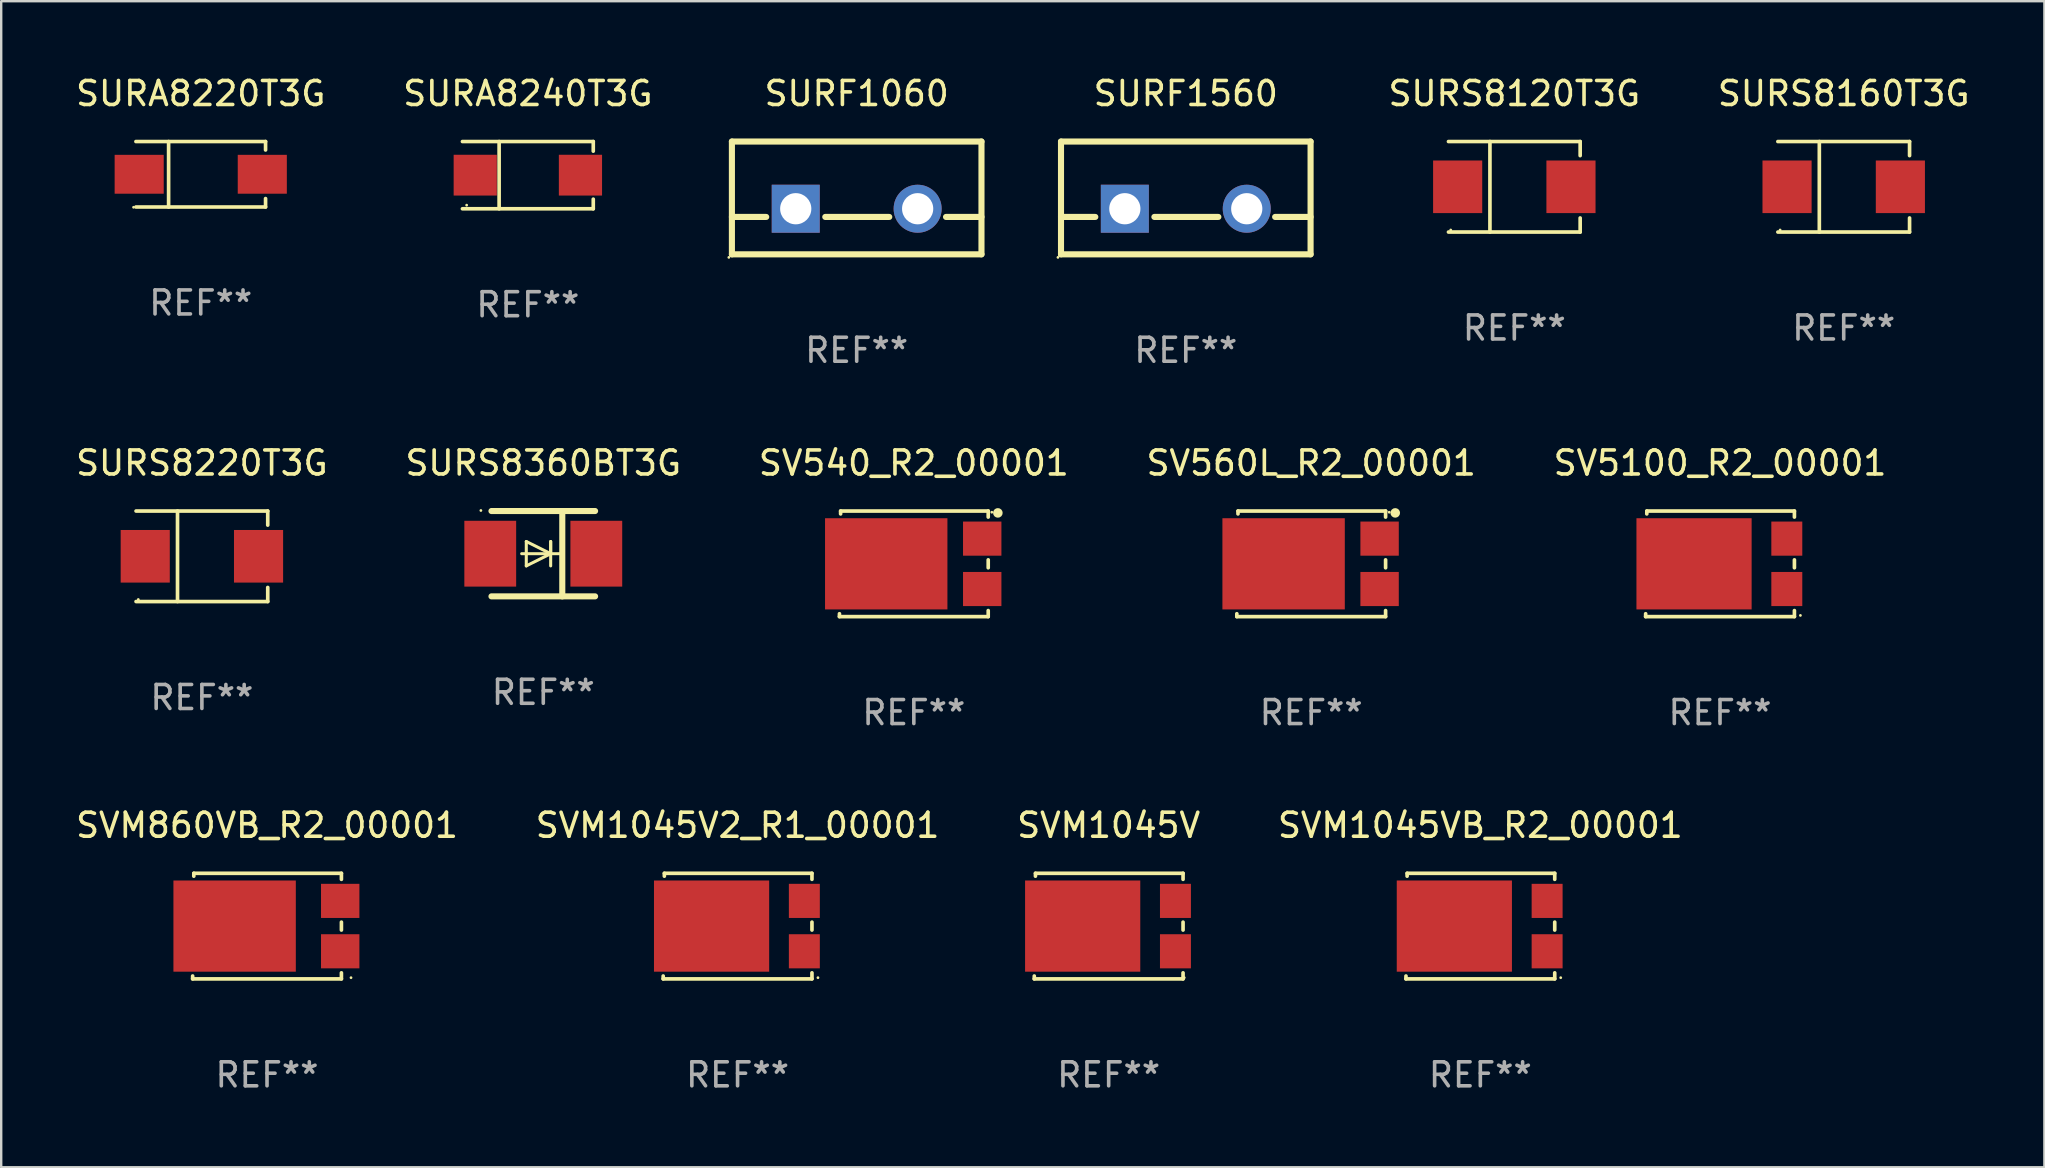
<source format=kicad_pcb>
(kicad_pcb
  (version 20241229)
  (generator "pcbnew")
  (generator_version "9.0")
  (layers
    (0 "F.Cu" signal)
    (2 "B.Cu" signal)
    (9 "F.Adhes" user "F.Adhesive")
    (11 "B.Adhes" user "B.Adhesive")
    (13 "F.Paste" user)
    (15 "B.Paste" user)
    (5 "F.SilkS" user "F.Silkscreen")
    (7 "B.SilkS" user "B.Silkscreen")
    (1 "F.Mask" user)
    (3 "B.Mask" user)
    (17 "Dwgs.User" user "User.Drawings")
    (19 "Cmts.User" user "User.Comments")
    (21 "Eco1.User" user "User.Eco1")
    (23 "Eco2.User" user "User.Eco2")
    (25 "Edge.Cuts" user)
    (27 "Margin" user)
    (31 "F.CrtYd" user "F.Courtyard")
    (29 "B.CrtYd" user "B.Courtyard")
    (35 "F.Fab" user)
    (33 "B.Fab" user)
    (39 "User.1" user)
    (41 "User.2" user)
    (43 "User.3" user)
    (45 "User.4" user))
  (footprint "SURS8160T3G"
    (layer "F.Cu")
    (at 73.779 4.734)
    (property "Reference" "SURS8160T3G" (at 0 -3.886 0) (layer "F.SilkS") (effects (font (size 1 1) (thickness 0.15))))
    (attr through_hole)
    (fp_line (start -2.744 -1.886) (end 2.744 -1.886) (stroke (width 0.152) (type solid)) (layer "F.SilkS"))
    (fp_line (start -2.744 1.886) (end 2.744 1.886) (stroke (width 0.152) (type solid)) (layer "F.SilkS"))
    (fp_line (start -1.016 -1.886) (end -1.016 1.886) (stroke (width 0.152) (type solid)) (layer "F.SilkS"))
    (fp_line (start 2.744 -1.886) (end 2.744 -1.299) (stroke (width 0.152) (type solid)) (layer "F.SilkS"))
    (fp_line (start 2.744 1.886) (end 2.744 1.299) (stroke (width 0.152) (type solid)) (layer "F.SilkS"))
    (fp_circle (center -2.65 1.8) (end -2.62 1.8) (stroke (width 0.06) (type solid)) (fill no) (layer "F.SilkS"))
    (fp_text user "REF**" (at 0 5.886 0) (layer "F.Fab") (effects (font (size 1 1) (thickness 0.15))))
    (pad "1" smd rect (at -2.361 0) (size 2.047 2.192) (layers "F.Cu" "F.Mask" "F.Paste"))
    (pad "2" smd rect (at 2.361 0) (size 2.047 2.192) (layers "F.Cu" "F.Mask" "F.Paste")))
  (footprint "SV540_R2_00001"
    (layer "F.Cu")
    (at 35.03 20.445)
    (property "Reference" "SV540_R2_00001" (at 0 -4.2 0) (layer "F.SilkS") (effects (font (size 1 1) (thickness 0.15))))
    (attr through_hole)
    (fp_line (start -3.1 2.2) (end -3.099 2.08) (stroke (width 0.152) (type solid)) (layer "F.SilkS"))
    (fp_line (start -3.051 -2.08) (end -3.05 -2.2) (stroke (width 0.152) (type solid)) (layer "F.SilkS"))
    (fp_line (start -3.05 -2.2) (end 3.1 -2.2) (stroke (width 0.152) (type solid)) (layer "F.SilkS"))
    (fp_line (start 3.1 -2.2) (end 3.1 -1.948) (stroke (width 0.152) (type solid)) (layer "F.SilkS"))
    (fp_line (start 3.1 -0.165) (end 3.1 0.165) (stroke (width 0.152) (type solid)) (layer "F.SilkS"))
    (fp_line (start 3.1 1.948) (end 3.1 2.2) (stroke (width 0.152) (type solid)) (layer "F.SilkS"))
    (fp_line (start 3.1 2.2) (end -3.1 2.2) (stroke (width 0.152) (type solid)) (layer "F.SilkS"))
    (fp_circle (center 3.25 -2.15) (end 3.28 -2.15) (stroke (width 0.06) (type solid)) (fill no) (layer "F.SilkS"))
    (fp_circle (center 3.502 -2.122) (end 3.602 -2.122) (stroke (width 0.2) (type solid)) (fill no) (layer "F.SilkS"))
    (fp_text user "REF**" (at 0 6.2 0) (layer "F.Fab") (effects (font (size 1 1) (thickness 0.15))))
    (pad "1" smd rect (at 2.85 -1.05) (size 1.6 1.422) (layers "F.Cu" "F.Mask" "F.Paste"))
    (pad "2" smd rect (at 2.85 1.05) (size 1.6 1.422) (layers "F.Cu" "F.Mask" "F.Paste"))
    (pad "3" smd rect (at -1.15 0) (size 5.1 3.8) (layers "F.Cu" "F.Mask" "F.Paste")))
  (footprint "SVM1045VB_R2_00001"
    (layer "F.Cu")
    (at 58.637 35.541)
    (property "Reference" "SVM1045VB_R2_00001" (at 0 -4.2 0) (layer "F.SilkS") (effects (font (size 1 1) (thickness 0.15))))
    (attr through_hole)
    (fp_line (start -3.1 2.2) (end -3.099 2.08) (stroke (width 0.152) (type solid)) (layer "F.SilkS"))
    (fp_line (start -3.051 -2.08) (end -3.05 -2.2) (stroke (width 0.152) (type solid)) (layer "F.SilkS"))
    (fp_line (start -3.05 -2.2) (end 3.1 -2.2) (stroke (width 0.152) (type solid)) (layer "F.SilkS"))
    (fp_line (start 3.1 -2.2) (end 3.1 -1.948) (stroke (width 0.152) (type solid)) (layer "F.SilkS"))
    (fp_line (start 3.1 -0.165) (end 3.1 0.165) (stroke (width 0.152) (type solid)) (layer "F.SilkS"))
    (fp_line (start 3.1 1.948) (end 3.1 2.2) (stroke (width 0.152) (type solid)) (layer "F.SilkS"))
    (fp_line (start 3.1 2.2) (end -3.1 2.2) (stroke (width 0.152) (type solid)) (layer "F.SilkS"))
    (fp_circle (center 3.35 2.15) (end 3.38 2.15) (stroke (width 0.06) (type solid)) (fill no) (layer "F.SilkS"))
    (fp_text user "REF**" (at 0 6.2 0) (layer "F.Fab") (effects (font (size 1 1) (thickness 0.15))))
    (pad "1" smd rect (at 2.783 1.05) (size 1.29 1.422) (layers "F.Cu" "F.Mask" "F.Paste"))
    (pad "2" smd rect (at 2.783 -1.05) (size 1.29 1.422) (layers "F.Cu" "F.Mask" "F.Paste"))
    (pad "3" smd rect (at -1.083 0 90) (size 3.8 4.8) (layers "F.Cu" "F.Mask" "F.Paste")))
  (footprint "SVM860VB_R2_00001"
    (layer "F.Cu")
    (at 8.077 35.541)
    (property "Reference" "SVM860VB_R2_00001" (at 0 -4.2 0) (layer "F.SilkS") (effects (font (size 1 1) (thickness 0.15))))
    (attr through_hole)
    (fp_line (start -3.1 2.2) (end -3.099 2.08) (stroke (width 0.152) (type solid)) (layer "F.SilkS"))
    (fp_line (start -3.051 -2.08) (end -3.05 -2.2) (stroke (width 0.152) (type solid)) (layer "F.SilkS"))
    (fp_line (start -3.05 -2.2) (end 3.1 -2.2) (stroke (width 0.152) (type solid)) (layer "F.SilkS"))
    (fp_line (start 3.1 -2.2) (end 3.1 -1.948) (stroke (width 0.152) (type solid)) (layer "F.SilkS"))
    (fp_line (start 3.1 -0.165) (end 3.1 0.165) (stroke (width 0.152) (type solid)) (layer "F.SilkS"))
    (fp_line (start 3.1 1.948) (end 3.1 2.2) (stroke (width 0.152) (type solid)) (layer "F.SilkS"))
    (fp_line (start 3.1 2.2) (end -3.1 2.2) (stroke (width 0.152) (type solid)) (layer "F.SilkS"))
    (fp_circle (center 3.5 2.15) (end 3.53 2.15) (stroke (width 0.06) (type solid)) (fill no) (layer "F.SilkS"))
    (fp_text user "REF**" (at 0 6.2 0) (layer "F.Fab") (effects (font (size 1 1) (thickness 0.15))))
    (pad "1" smd rect (at 3.05 1.05) (size 1.6 1.422) (layers "F.Cu" "F.Mask" "F.Paste"))
    (pad "2" smd rect (at 3.05 -1.05) (size 1.6 1.422) (layers "F.Cu" "F.Mask" "F.Paste"))
    (pad "3" smd rect (at -1.35 0) (size 5.1 3.8) (layers "F.Cu" "F.Mask" "F.Paste")))
  (footprint "SURS8120T3G"
    (layer "F.Cu")
    (at 60.053 4.734)
    (property "Reference" "SURS8120T3G" (at 0 -3.886 0) (layer "F.SilkS") (effects (font (size 1 1) (thickness 0.15))))
    (attr through_hole)
    (fp_line (start -2.744 -1.886) (end 2.744 -1.886) (stroke (width 0.152) (type solid)) (layer "F.SilkS"))
    (fp_line (start -2.744 1.886) (end 2.744 1.886) (stroke (width 0.152) (type solid)) (layer "F.SilkS"))
    (fp_line (start -1.016 -1.886) (end -1.016 1.886) (stroke (width 0.152) (type solid)) (layer "F.SilkS"))
    (fp_line (start 2.744 -1.886) (end 2.744 -1.299) (stroke (width 0.152) (type solid)) (layer "F.SilkS"))
    (fp_line (start 2.744 1.886) (end 2.744 1.299) (stroke (width 0.152) (type solid)) (layer "F.SilkS"))
    (fp_circle (center -2.65 1.8) (end -2.62 1.8) (stroke (width 0.06) (type solid)) (fill no) (layer "F.SilkS"))
    (fp_text user "REF**" (at 0 5.886 0) (layer "F.Fab") (effects (font (size 1 1) (thickness 0.15))))
    (pad "1" smd rect (at -2.361 0) (size 2.047 2.192) (layers "F.Cu" "F.Mask" "F.Paste"))
    (pad "2" smd rect (at 2.361 0) (size 2.047 2.192) (layers "F.Cu" "F.Mask" "F.Paste")))
  (footprint "SV560L_R2_00001"
    (layer "F.Cu")
    (at 51.589 20.445)
    (property "Reference" "SV560L_R2_00001" (at 0 -4.2 0) (layer "F.SilkS") (effects (font (size 1 1) (thickness 0.15))))
    (attr through_hole)
    (fp_line (start -3.1 2.2) (end -3.099 2.08) (stroke (width 0.152) (type solid)) (layer "F.SilkS"))
    (fp_line (start -3.051 -2.08) (end -3.05 -2.2) (stroke (width 0.152) (type solid)) (layer "F.SilkS"))
    (fp_line (start -3.05 -2.2) (end 3.1 -2.2) (stroke (width 0.152) (type solid)) (layer "F.SilkS"))
    (fp_line (start 3.1 -2.2) (end 3.1 -1.948) (stroke (width 0.152) (type solid)) (layer "F.SilkS"))
    (fp_line (start 3.1 -0.165) (end 3.1 0.165) (stroke (width 0.152) (type solid)) (layer "F.SilkS"))
    (fp_line (start 3.1 1.948) (end 3.1 2.2) (stroke (width 0.152) (type solid)) (layer "F.SilkS"))
    (fp_line (start 3.1 2.2) (end -3.1 2.2) (stroke (width 0.152) (type solid)) (layer "F.SilkS"))
    (fp_circle (center 3.25 -2.15) (end 3.28 -2.15) (stroke (width 0.06) (type solid)) (fill no) (layer "F.SilkS"))
    (fp_circle (center 3.502 -2.122) (end 3.602 -2.122) (stroke (width 0.2) (type solid)) (fill no) (layer "F.SilkS"))
    (fp_text user "REF**" (at 0 6.2 0) (layer "F.Fab") (effects (font (size 1 1) (thickness 0.15))))
    (pad "1" smd rect (at 2.85 -1.05) (size 1.6 1.422) (layers "F.Cu" "F.Mask" "F.Paste"))
    (pad "2" smd rect (at 2.85 1.05) (size 1.6 1.422) (layers "F.Cu" "F.Mask" "F.Paste"))
    (pad "3" smd rect (at -1.15 0) (size 5.1 3.8) (layers "F.Cu" "F.Mask" "F.Paste")))
  (footprint "SVM1045V"
    (layer "F.Cu")
    (at 43.149 35.541)
    (property "Reference" "SVM1045V" (at 0 -4.2 0) (layer "F.SilkS") (effects (font (size 1 1) (thickness 0.15))))
    (attr through_hole)
    (fp_line (start -3.1 2.2) (end -3.099 2.08) (stroke (width 0.152) (type solid)) (layer "F.SilkS"))
    (fp_line (start -3.051 -2.08) (end -3.05 -2.2) (stroke (width 0.152) (type solid)) (layer "F.SilkS"))
    (fp_line (start -3.05 -2.2) (end 3.1 -2.2) (stroke (width 0.152) (type solid)) (layer "F.SilkS"))
    (fp_line (start 3.1 -2.2) (end 3.1 -1.948) (stroke (width 0.152) (type solid)) (layer "F.SilkS"))
    (fp_line (start 3.1 -0.165) (end 3.1 0.165) (stroke (width 0.152) (type solid)) (layer "F.SilkS"))
    (fp_line (start 3.1 1.948) (end 3.1 2.2) (stroke (width 0.152) (type solid)) (layer "F.SilkS"))
    (fp_line (start 3.1 2.2) (end -3.1 2.2) (stroke (width 0.152) (type solid)) (layer "F.SilkS"))
    (fp_circle (center 3.15 2.15) (end 3.18 2.15) (stroke (width 0.06) (type solid)) (fill no) (layer "F.SilkS"))
    (fp_text user "REF**" (at 0 6.2 0) (layer "F.Fab") (effects (font (size 1 1) (thickness 0.15))))
    (pad "1" smd rect (at 2.783 1.05) (size 1.29 1.422) (layers "F.Cu" "F.Mask" "F.Paste"))
    (pad "2" smd rect (at 2.783 -1.05) (size 1.29 1.422) (layers "F.Cu" "F.Mask" "F.Paste"))
    (pad "3" smd rect (at -1.083 -0.000025 90) (size 3.8 4.8) (layers "F.Cu" "F.Mask" "F.Paste")))
  (footprint "SURS8360BT3G"
    (layer "F.Cu")
    (at 19.589 20.023)
    (property "Reference" "SURS8360BT3G" (at 0 -3.778 0) (layer "F.SilkS") (effects (font (size 1 1) (thickness 0.15))))
    (attr through_hole)
    (fp_line (start -2.159 -1.778) (end 2.159 -1.778) (stroke (width 0.254) (type solid)) (layer "F.SilkS"))
    (fp_line (start -0.9 0) (end 0.816 0) (stroke (width 0.127) (type solid)) (layer "F.SilkS"))
    (fp_line (start -0.708 -0.508) (end -0.708 0.508) (stroke (width 0.127) (type solid)) (layer "F.SilkS"))
    (fp_line (start -0.708 0.508) (end 0.308 0) (stroke (width 0.127) (type solid)) (layer "F.SilkS"))
    (fp_line (start 0.308 -0.508) (end 0.308 0.508) (stroke (width 0.127) (type solid)) (layer "F.SilkS"))
    (fp_line (start 0.308 0) (end -0.708 -0.508) (stroke (width 0.127) (type solid)) (layer "F.SilkS"))
    (fp_line (start 0.308 0) (end 0.308 -0.508) (stroke (width 0.127) (type solid)) (layer "F.SilkS"))
    (fp_line (start 0.792 -1.778) (end 0.792 1.778) (stroke (width 0.254) (type solid)) (layer "F.SilkS"))
    (fp_line (start 2.159 1.778) (end -2.159 1.778) (stroke (width 0.254) (type solid)) (layer "F.SilkS"))
    (fp_circle (center -2.6 -1.8) (end -2.57 -1.8) (stroke (width 0.06) (type solid)) (fill no) (layer "F.SilkS"))
    (fp_text user "REF**" (at 0 5.778 0) (layer "F.Fab") (effects (font (size 1 1) (thickness 0.15))))
    (pad "1" smd rect (at -2.21 0) (size 2.159 2.743) (layers "F.Cu" "F.Mask" "F.Paste"))
    (pad "2" smd rect (at 2.21 0) (size 2.159 2.743) (layers "F.Cu" "F.Mask" "F.Paste")))
  (footprint "SV5100_R2_00001"
    (layer "F.Cu")
    (at 68.625 20.445)
    (property "Reference" "SV5100_R2_00001" (at 0 -4.2 0) (layer "F.SilkS") (effects (font (size 1 1) (thickness 0.15))))
    (attr through_hole)
    (fp_line (start -3.1 2.2) (end -3.099 2.08) (stroke (width 0.152) (type solid)) (layer "F.SilkS"))
    (fp_line (start -3.051 -2.08) (end -3.05 -2.2) (stroke (width 0.152) (type solid)) (layer "F.SilkS"))
    (fp_line (start -3.05 -2.2) (end 3.1 -2.2) (stroke (width 0.152) (type solid)) (layer "F.SilkS"))
    (fp_line (start 3.1 -2.2) (end 3.1 -1.948) (stroke (width 0.152) (type solid)) (layer "F.SilkS"))
    (fp_line (start 3.1 -0.165) (end 3.1 0.165) (stroke (width 0.152) (type solid)) (layer "F.SilkS"))
    (fp_line (start 3.1 1.948) (end 3.1 2.2) (stroke (width 0.152) (type solid)) (layer "F.SilkS"))
    (fp_line (start 3.1 2.2) (end -3.1 2.2) (stroke (width 0.152) (type solid)) (layer "F.SilkS"))
    (fp_circle (center 3.35 2.15) (end 3.38 2.15) (stroke (width 0.06) (type solid)) (fill no) (layer "F.SilkS"))
    (fp_text user "REF**" (at 0 6.2 0) (layer "F.Fab") (effects (font (size 1 1) (thickness 0.15))))
    (pad "1" smd rect (at 2.783 1.05) (size 1.29 1.422) (layers "F.Cu" "F.Mask" "F.Paste"))
    (pad "2" smd rect (at 2.783 -1.05) (size 1.29 1.422) (layers "F.Cu" "F.Mask" "F.Paste"))
    (pad "3" smd rect (at -1.083 0 90) (size 3.8 4.8) (layers "F.Cu" "F.Mask" "F.Paste")))
  (footprint "SVM1045V2_R1_00001"
    (layer "F.Cu")
    (at 27.685 35.541)
    (property "Reference" "SVM1045V2_R1_00001" (at 0 -4.2 0) (layer "F.SilkS") (effects (font (size 1 1) (thickness 0.15))))
    (attr through_hole)
    (fp_line (start -3.1 2.2) (end -3.099 2.08) (stroke (width 0.152) (type solid)) (layer "F.SilkS"))
    (fp_line (start -3.051 -2.08) (end -3.05 -2.2) (stroke (width 0.152) (type solid)) (layer "F.SilkS"))
    (fp_line (start -3.05 -2.2) (end 3.1 -2.2) (stroke (width 0.152) (type solid)) (layer "F.SilkS"))
    (fp_line (start 3.1 -2.2) (end 3.1 -1.948) (stroke (width 0.152) (type solid)) (layer "F.SilkS"))
    (fp_line (start 3.1 -0.165) (end 3.1 0.165) (stroke (width 0.152) (type solid)) (layer "F.SilkS"))
    (fp_line (start 3.1 1.948) (end 3.1 2.2) (stroke (width 0.152) (type solid)) (layer "F.SilkS"))
    (fp_line (start 3.1 2.2) (end -3.1 2.2) (stroke (width 0.152) (type solid)) (layer "F.SilkS"))
    (fp_circle (center 3.35 2.15) (end 3.38 2.15) (stroke (width 0.06) (type solid)) (fill no) (layer "F.SilkS"))
    (fp_text user "REF**" (at 0 6.2 0) (layer "F.Fab") (effects (font (size 1 1) (thickness 0.15))))
    (pad "1" smd rect (at 2.783 1.05) (size 1.29 1.422) (layers "F.Cu" "F.Mask" "F.Paste"))
    (pad "2" smd rect (at 2.783 -1.05) (size 1.29 1.422) (layers "F.Cu" "F.Mask" "F.Paste"))
    (pad "3" smd rect (at -1.083 0 90) (size 3.8 4.8) (layers "F.Cu" "F.Mask" "F.Paste")))
  (footprint "SURS8220T3G"
    (layer "F.Cu")
    (at 5.363 20.131)
    (property "Reference" "SURS8220T3G" (at 0 -3.886 0) (layer "F.SilkS") (effects (font (size 1 1) (thickness 0.15))))
    (attr through_hole)
    (fp_line (start -2.744 -1.886) (end 2.744 -1.886) (stroke (width 0.152) (type solid)) (layer "F.SilkS"))
    (fp_line (start -2.744 1.886) (end 2.744 1.886) (stroke (width 0.152) (type solid)) (layer "F.SilkS"))
    (fp_line (start -1.016 -1.886) (end -1.016 1.886) (stroke (width 0.152) (type solid)) (layer "F.SilkS"))
    (fp_line (start 2.744 -1.886) (end 2.744 -1.299) (stroke (width 0.152) (type solid)) (layer "F.SilkS"))
    (fp_line (start 2.744 1.886) (end 2.744 1.299) (stroke (width 0.152) (type solid)) (layer "F.SilkS"))
    (fp_circle (center -2.65 1.8) (end -2.62 1.8) (stroke (width 0.06) (type solid)) (fill no) (layer "F.SilkS"))
    (fp_text user "REF**" (at 0 5.886 0) (layer "F.Fab") (effects (font (size 1 1) (thickness 0.15))))
    (pad "1" smd rect (at -2.361 0) (size 2.047 2.192) (layers "F.Cu" "F.Mask" "F.Paste"))
    (pad "2" smd rect (at 2.361 0) (size 2.047 2.192) (layers "F.Cu" "F.Mask" "F.Paste")))
  (footprint "SURF1060"
    (layer "F.Cu")
    (at 32.649 5.198)
    (property "Reference" "SURF1060" (at 0 -4.35 0) (layer "F.SilkS") (effects (font (size 1 1) (thickness 0.15))))
    (attr through_hole)
    (fp_line (start -5.2 -2.35) (end -5.2 2.35) (stroke (width 0.254) (type solid)) (layer "F.SilkS"))
    (fp_line (start -5.2 -2.35) (end 5.2 -2.35) (stroke (width 0.254) (type solid)) (layer "F.SilkS"))
    (fp_line (start -5.2 0.792) (end -3.771 0.792) (stroke (width 0.254) (type solid)) (layer "F.SilkS"))
    (fp_line (start -5.2 2.35) (end 5.2 2.35) (stroke (width 0.254) (type solid)) (layer "F.SilkS"))
    (fp_line (start -1.309 0.792) (end 1.357 0.792) (stroke (width 0.254) (type solid)) (layer "F.SilkS"))
    (fp_line (start 3.723 0.792) (end 5.2 0.792) (stroke (width 0.254) (type solid)) (layer "F.SilkS"))
    (fp_line (start 5.2 -2.35) (end 5.2 2.35) (stroke (width 0.254) (type solid)) (layer "F.SilkS"))
    (fp_circle (center -5.327 2.477) (end -5.297 2.477) (stroke (width 0.06) (type solid)) (fill no) (layer "F.SilkS"))
    (fp_text user "REF**" (at 0 6.35 0) (layer "F.Fab") (effects (font (size 1 1) (thickness 0.15))))
    (pad "1" thru_hole rect (at -2.54 0.45) (size 2 2) (drill 1.3) (layers "*.Cu" "*.Mask"))
    (pad "2" thru_hole circle (at 2.54 0.45) (size 2 2) (drill 1.3) (layers "*.Cu" "*.Mask")))
  (footprint "SURA8220T3G"
    (layer "F.Cu")
    (at 5.315 4.212)
    (property "Reference" "SURA8220T3G" (at 0 -3.364 0) (layer "F.SilkS") (effects (font (size 1 1) (thickness 0.15))))
    (attr through_hole)
    (fp_line (start -2.701 -1.364) (end 2.701 -1.364) (stroke (width 0.152) (type solid)) (layer "F.SilkS"))
    (fp_line (start -2.701 1.364) (end 2.701 1.364) (stroke (width 0.152) (type solid)) (layer "F.SilkS"))
    (fp_line (start -1.339 -1.364) (end -1.339 1.364) (stroke (width 0.152) (type solid)) (layer "F.SilkS"))
    (fp_line (start 2.701 -1.364) (end 2.701 -1.013) (stroke (width 0.152) (type solid)) (layer "F.SilkS"))
    (fp_line (start 2.701 1.364) (end 2.701 1.013) (stroke (width 0.152) (type solid)) (layer "F.SilkS"))
    (fp_circle (center -2.8 1.375) (end -2.77 1.375) (stroke (width 0.06) (type solid)) (fill no) (layer "F.SilkS"))
    (fp_text user "REF**" (at 0 5.364 0) (layer "F.Fab") (effects (font (size 1 1) (thickness 0.15))))
    (pad "1" smd rect (at -2.565 -0.000025) (size 2.046 1.62) (layers "F.Cu" "F.Mask" "F.Paste"))
    (pad "2" smd rect (at 2.565 -0.000025) (size 2.046 1.62) (layers "F.Cu" "F.Mask" "F.Paste")))
  (footprint "SURF1560"
    (layer "F.Cu")
    (at 46.363 5.198)
    (property "Reference" "SURF1560" (at 0 -4.35 0) (layer "F.SilkS") (effects (font (size 1 1) (thickness 0.15))))
    (attr through_hole)
    (fp_line (start -5.2 -2.35) (end -5.2 2.35) (stroke (width 0.254) (type solid)) (layer "F.SilkS"))
    (fp_line (start -5.2 -2.35) (end 5.2 -2.35) (stroke (width 0.254) (type solid)) (layer "F.SilkS"))
    (fp_line (start -5.2 0.792) (end -3.771 0.792) (stroke (width 0.254) (type solid)) (layer "F.SilkS"))
    (fp_line (start -5.2 2.35) (end 5.2 2.35) (stroke (width 0.254) (type solid)) (layer "F.SilkS"))
    (fp_line (start -1.309 0.792) (end 1.357 0.792) (stroke (width 0.254) (type solid)) (layer "F.SilkS"))
    (fp_line (start 3.723 0.792) (end 5.2 0.792) (stroke (width 0.254) (type solid)) (layer "F.SilkS"))
    (fp_line (start 5.2 -2.35) (end 5.2 2.35) (stroke (width 0.254) (type solid)) (layer "F.SilkS"))
    (fp_circle (center -5.327 2.477) (end -5.297 2.477) (stroke (width 0.06) (type solid)) (fill no) (layer "F.SilkS"))
    (fp_text user "REF**" (at 0 6.35 0) (layer "F.Fab") (effects (font (size 1 1) (thickness 0.15))))
    (pad "1" thru_hole rect (at -2.54 0.45) (size 2 2) (drill 1.3) (layers "*.Cu" "*.Mask"))
    (pad "2" thru_hole circle (at 2.54 0.45) (size 2 2) (drill 1.3) (layers "*.Cu" "*.Mask")))
  (footprint "SURA8240T3G"
    (layer "F.Cu")
    (at 18.946 4.249)
    (property "Reference" "SURA8240T3G" (at 0 -3.401 0) (layer "F.SilkS") (effects (font (size 1 1) (thickness 0.15))))
    (attr through_hole)
    (fp_line (start -2.726 -1.401) (end 2.726 -1.401) (stroke (width 0.152) (type solid)) (layer "F.SilkS"))
    (fp_line (start -2.726 1.401) (end 2.726 1.401) (stroke (width 0.152) (type solid)) (layer "F.SilkS"))
    (fp_line (start -1.197 -1.401) (end -1.197 1.401) (stroke (width 0.152) (type solid)) (layer "F.SilkS"))
    (fp_line (start 2.726 -1.401) (end 2.726 -1) (stroke (width 0.152) (type solid)) (layer "F.SilkS"))
    (fp_line (start 2.726 1.401) (end 2.726 1) (stroke (width 0.152) (type solid)) (layer "F.SilkS"))
    (fp_circle (center -2.55 1.25) (end -2.52 1.25) (stroke (width 0.06) (type solid)) (fill no) (layer "F.SilkS"))
    (fp_text user "REF**" (at 0 5.401 0) (layer "F.Fab") (effects (font (size 1 1) (thickness 0.15))))
    (pad "1" smd rect (at -2.192 0) (size 1.8 1.7) (layers "F.Cu" "F.Mask" "F.Paste"))
    (pad "2" smd rect (at 2.192 0) (size 1.8 1.7) (layers "F.Cu" "F.Mask" "F.Paste")))
  (gr_rect
    (start -3 -3)
    (end 82.142 45.59)
    (stroke (width 0.1) (type default))
    (fill no)
    (layer "Edge.Cuts")))
</source>
